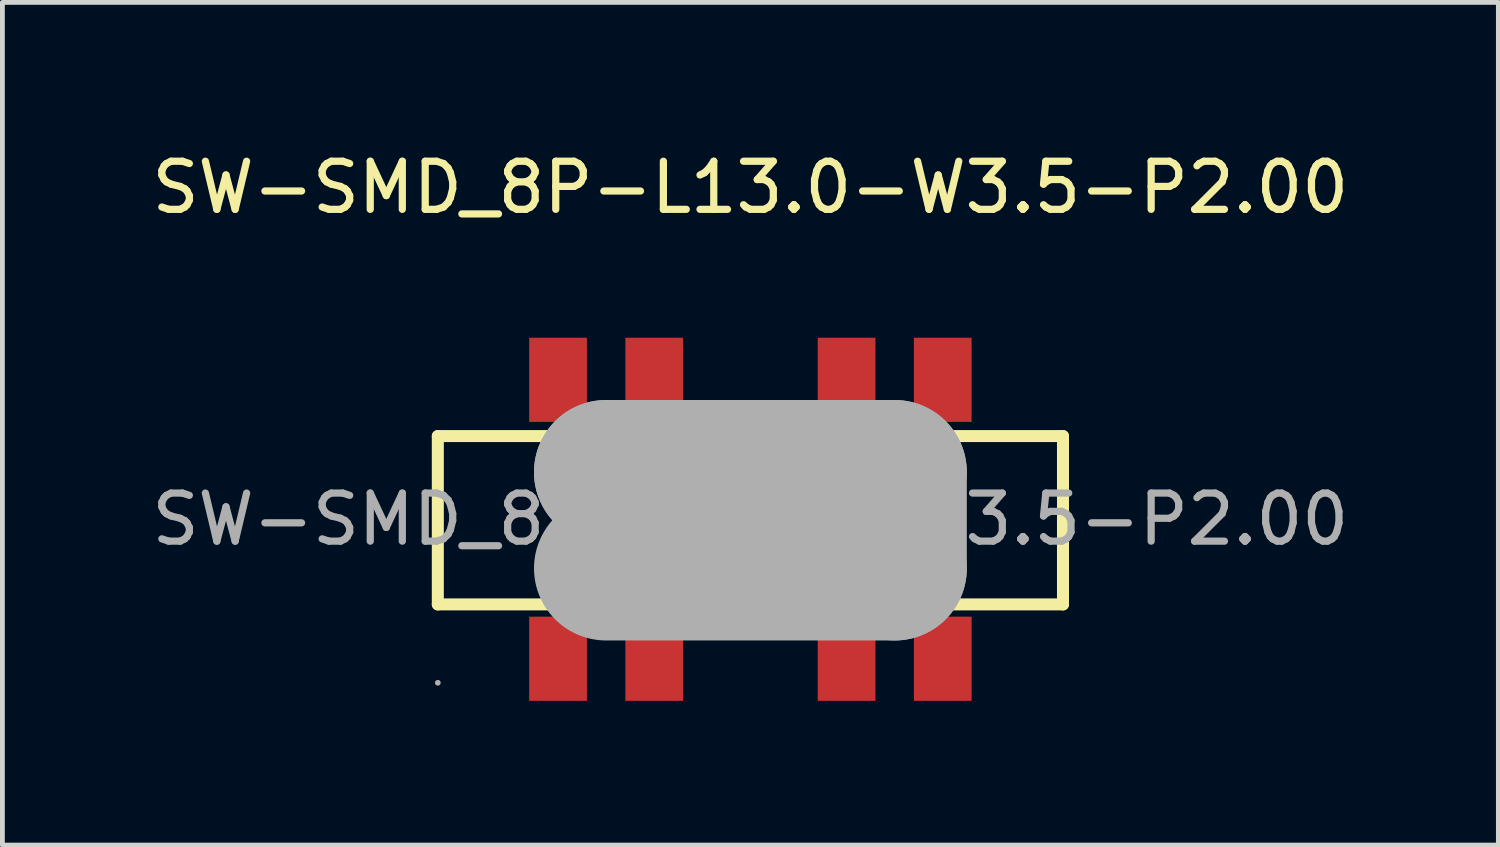
<source format=kicad_pcb>
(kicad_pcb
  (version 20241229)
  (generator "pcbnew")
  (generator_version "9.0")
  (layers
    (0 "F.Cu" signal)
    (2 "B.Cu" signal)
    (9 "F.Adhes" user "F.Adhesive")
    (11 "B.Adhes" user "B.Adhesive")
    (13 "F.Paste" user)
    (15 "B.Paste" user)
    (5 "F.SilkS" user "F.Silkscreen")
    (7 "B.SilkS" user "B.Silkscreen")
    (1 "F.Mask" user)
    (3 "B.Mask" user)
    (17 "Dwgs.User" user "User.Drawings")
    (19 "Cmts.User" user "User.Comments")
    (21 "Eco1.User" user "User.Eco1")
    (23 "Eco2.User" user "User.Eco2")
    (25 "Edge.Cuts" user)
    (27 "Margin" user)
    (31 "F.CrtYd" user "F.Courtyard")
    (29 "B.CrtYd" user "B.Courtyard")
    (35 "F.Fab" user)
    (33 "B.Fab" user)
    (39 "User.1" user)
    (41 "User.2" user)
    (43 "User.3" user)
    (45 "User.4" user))
  (footprint "SW-SMD_8P-L13.0-W3.5-P2.00"
    (layer "F.Cu")
    (at 12.554 7.748)
    (property "Reference" "SW-SMD_8P-L13.0-W3.5-P2.00" (at 0 -6.9 0) (layer "F.SilkS") (effects (font (size 1 1) (thickness 0.15))))
    (attr smd)
    (fp_line (start -6.5 -1.73) (end -6.5 1.77) (stroke (width 0.25) (type solid)) (layer "F.SilkS"))
    (fp_line (start -6.5 1.77) (end -0.55 1.77) (stroke (width 0.25) (type solid)) (layer "F.SilkS"))
    (fp_line (start -2.85 -0.89) (end -2.85 0.87) (stroke (width 0.25) (type solid)) (layer "F.SilkS"))
    (fp_line (start -2.85 0.87) (end -1.17 0.87) (stroke (width 0.25) (type solid)) (layer "F.SilkS"))
    (fp_line (start -2.67 -0.73) (end -2.67 0.7) (stroke (width 0.25) (type solid)) (layer "F.SilkS"))
    (fp_line (start -2.67 0.7) (end -1.34 0.7) (stroke (width 0.25) (type solid)) (layer "F.SilkS"))
    (fp_line (start -2.56 -0.61) (end -2.56 0.6) (stroke (width 0.25) (type solid)) (layer "F.SilkS"))
    (fp_line (start -2.56 0.6) (end -1.54 0.6) (stroke (width 0.25) (type solid)) (layer "F.SilkS"))
    (fp_line (start -2.42 -0.48) (end -2.42 0.39) (stroke (width 0.25) (type solid)) (layer "F.SilkS"))
    (fp_line (start -2.42 0.39) (end -1.7 0.39) (stroke (width 0.25) (type solid)) (layer "F.SilkS"))
    (fp_line (start -2.2 -0.3) (end -2.2 0.29) (stroke (width 0.25) (type solid)) (layer "F.SilkS"))
    (fp_line (start -2.2 0.29) (end -1.95 0.29) (stroke (width 0.25) (type solid)) (layer "F.SilkS"))
    (fp_line (start -1.95 0.29) (end -1.95 -0.2) (stroke (width 0.25) (type solid)) (layer "F.SilkS"))
    (fp_line (start -1.7 -0.3) (end -2.2 -0.3) (stroke (width 0.25) (type solid)) (layer "F.SilkS"))
    (fp_line (start -1.7 0.39) (end -1.7 -0.3) (stroke (width 0.25) (type solid)) (layer "F.SilkS"))
    (fp_line (start -1.54 -0.48) (end -2.42 -0.48) (stroke (width 0.25) (type solid)) (layer "F.SilkS"))
    (fp_line (start -1.54 0.6) (end -1.54 -0.48) (stroke (width 0.25) (type solid)) (layer "F.SilkS"))
    (fp_line (start -1.34 -0.61) (end -2.56 -0.61) (stroke (width 0.25) (type solid)) (layer "F.SilkS"))
    (fp_line (start -1.34 0.7) (end -1.34 -0.61) (stroke (width 0.25) (type solid)) (layer "F.SilkS"))
    (fp_line (start -1.17 -0.73) (end -2.67 -0.73) (stroke (width 0.25) (type solid)) (layer "F.SilkS"))
    (fp_line (start -1.17 0.87) (end -1.17 -0.73) (stroke (width 0.25) (type solid)) (layer "F.SilkS"))
    (fp_line (start -1.01 -0.89) (end -2.85 -0.89) (stroke (width 0.25) (type solid)) (layer "F.SilkS"))
    (fp_line (start -1.01 0.89) (end -1.01 -0.89) (stroke (width 0.25) (type solid)) (layer "F.SilkS"))
    (fp_line (start 6.5 -1.73) (end -6.5 -1.73) (stroke (width 0.25) (type solid)) (layer "F.SilkS"))
    (fp_line (start 6.5 1.77) (end 0.55 1.77) (stroke (width 0.25) (type solid)) (layer "F.SilkS"))
    (fp_line (start 6.5 1.77) (end 6.5 -1.73) (stroke (width 0.25) (type solid)) (layer "F.SilkS"))
    (fp_line (start -3 -0.98) (end -3 -0.98) (stroke (width 3) (type solid)) (layer "F.Fab"))
    (fp_line (start -3 -0.98) (end 3 -0.98) (stroke (width 3) (type solid)) (layer "F.Fab"))
    (fp_line (start 3 -0.98) (end 3 1.02) (stroke (width 3) (type solid)) (layer "F.Fab"))
    (fp_line (start 3 1.02) (end -3 1.02) (stroke (width 3) (type solid)) (layer "F.Fab"))
    (fp_circle (center -6.5 3.4) (end -6.47 3.4) (stroke (width 0.06) (type solid)) (fill no) (layer "F.Fab"))
    (fp_text user "${REFERENCE}" (at 0 0 0) (layer "F.Fab") (effects (font (size 1 1) (thickness 0.15))))
    (pad "1" smd rect (at -4 2.9) (size 1.2 1.75) (layers "F.Cu" "F.Mask" "F.Paste"))
    (pad "2" smd rect (at -2 2.9) (size 1.2 1.75) (layers "F.Cu" "F.Mask" "F.Paste"))
    (pad "3" smd rect (at 2 2.9) (size 1.2 1.75) (layers "F.Cu" "F.Mask" "F.Paste"))
    (pad "4" smd rect (at 4 2.9) (size 1.2 1.75) (layers "F.Cu" "F.Mask" "F.Paste"))
    (pad "5" smd rect (at 4 -2.9) (size 1.2 1.75) (layers "F.Cu" "F.Mask" "F.Paste"))
    (pad "6" smd rect (at 2 -2.9) (size 1.2 1.75) (layers "F.Cu" "F.Mask" "F.Paste"))
    (pad "7" smd rect (at -2 -2.9) (size 1.2 1.75) (layers "F.Cu" "F.Mask" "F.Paste"))
    (pad "8" smd rect (at -4 -2.9) (size 1.2 1.75) (layers "F.Cu" "F.Mask" "F.Paste")))
  (gr_rect
    (start -3 -3)
    (end 28.107 14.523)
    (stroke (width 0.1) (type default))
    (fill no)
    (layer "Edge.Cuts")))
</source>
